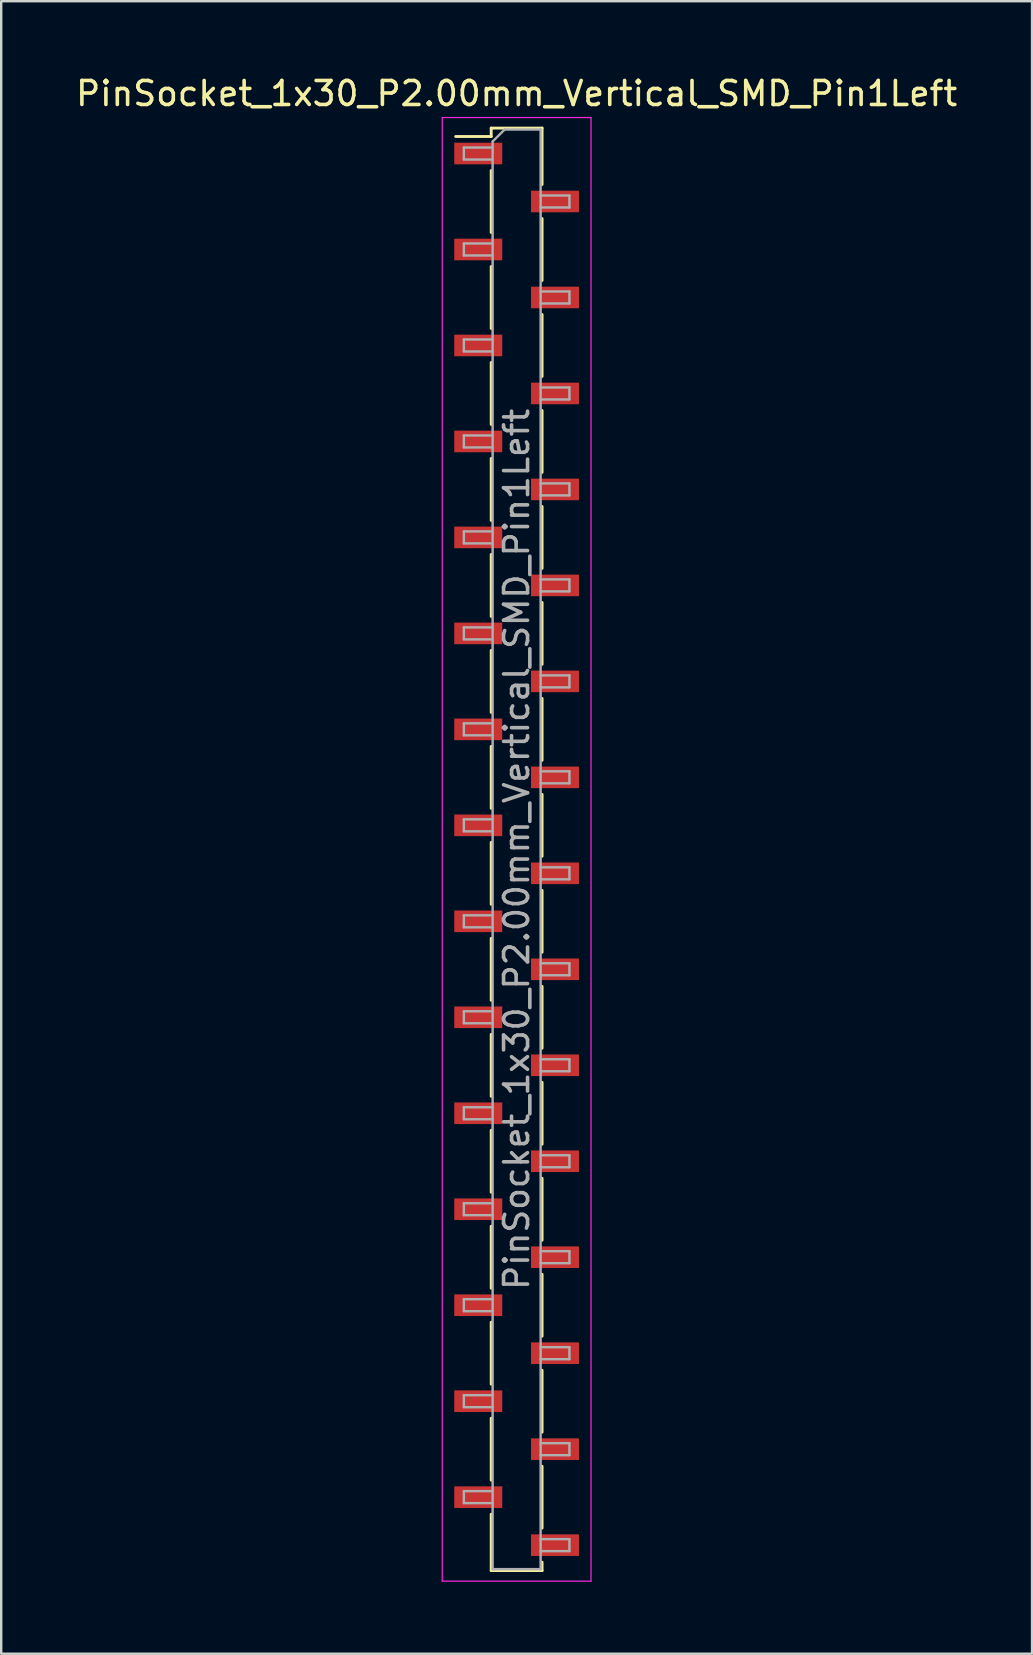
<source format=kicad_pcb>
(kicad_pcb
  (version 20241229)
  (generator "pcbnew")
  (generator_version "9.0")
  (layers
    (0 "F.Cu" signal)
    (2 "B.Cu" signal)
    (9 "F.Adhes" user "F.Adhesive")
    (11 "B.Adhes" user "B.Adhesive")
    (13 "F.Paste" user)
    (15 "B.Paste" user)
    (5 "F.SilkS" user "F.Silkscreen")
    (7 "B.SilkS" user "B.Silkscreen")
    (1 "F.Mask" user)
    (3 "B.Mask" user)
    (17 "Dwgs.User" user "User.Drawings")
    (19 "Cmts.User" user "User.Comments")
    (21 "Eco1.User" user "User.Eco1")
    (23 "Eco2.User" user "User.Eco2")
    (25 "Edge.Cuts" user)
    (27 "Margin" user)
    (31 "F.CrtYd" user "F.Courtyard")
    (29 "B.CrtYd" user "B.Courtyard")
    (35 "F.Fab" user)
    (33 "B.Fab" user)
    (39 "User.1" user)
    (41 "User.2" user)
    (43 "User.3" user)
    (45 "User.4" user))
  (footprint "PinSocket_1x30_P2.00mm_Vertical_SMD_Pin1Left"
    (layer "F.Cu")
    (at 18.482 32.348)
    (property "Reference" "PinSocket_1x30_P2.00mm_Vertical_SMD_Pin1Left" (at 0 -31.5 0) (layer "F.SilkS") (effects (font (size 1 1) (thickness 0.15))))
    (attr smd)
    (fp_line (start -2.54 -29.71) (end -1.06 -29.71) (stroke (width 0.12) (type solid)) (layer "F.SilkS"))
    (fp_line (start -1.06 -30.06) (end -1.06 -29.71) (stroke (width 0.12) (type solid)) (layer "F.SilkS"))
    (fp_line (start -1.06 -30.06) (end 1.06 -30.06) (stroke (width 0.12) (type solid)) (layer "F.SilkS"))
    (fp_line (start -1.06 -28.29) (end -1.06 -25.71) (stroke (width 0.12) (type solid)) (layer "F.SilkS"))
    (fp_line (start -1.06 -24.29) (end -1.06 -21.71) (stroke (width 0.12) (type solid)) (layer "F.SilkS"))
    (fp_line (start -1.06 -20.29) (end -1.06 -17.71) (stroke (width 0.12) (type solid)) (layer "F.SilkS"))
    (fp_line (start -1.06 -16.29) (end -1.06 -13.71) (stroke (width 0.12) (type solid)) (layer "F.SilkS"))
    (fp_line (start -1.06 -12.29) (end -1.06 -9.71) (stroke (width 0.12) (type solid)) (layer "F.SilkS"))
    (fp_line (start -1.06 -8.29) (end -1.06 -5.71) (stroke (width 0.12) (type solid)) (layer "F.SilkS"))
    (fp_line (start -1.06 -4.29) (end -1.06 -1.71) (stroke (width 0.12) (type solid)) (layer "F.SilkS"))
    (fp_line (start -1.06 -0.29) (end -1.06 2.29) (stroke (width 0.12) (type solid)) (layer "F.SilkS"))
    (fp_line (start -1.06 3.71) (end -1.06 6.29) (stroke (width 0.12) (type solid)) (layer "F.SilkS"))
    (fp_line (start -1.06 7.71) (end -1.06 10.29) (stroke (width 0.12) (type solid)) (layer "F.SilkS"))
    (fp_line (start -1.06 11.71) (end -1.06 14.29) (stroke (width 0.12) (type solid)) (layer "F.SilkS"))
    (fp_line (start -1.06 15.71) (end -1.06 18.29) (stroke (width 0.12) (type solid)) (layer "F.SilkS"))
    (fp_line (start -1.06 19.71) (end -1.06 22.29) (stroke (width 0.12) (type solid)) (layer "F.SilkS"))
    (fp_line (start -1.06 23.71) (end -1.06 26.29) (stroke (width 0.12) (type solid)) (layer "F.SilkS"))
    (fp_line (start -1.06 27.71) (end -1.06 30.06) (stroke (width 0.12) (type solid)) (layer "F.SilkS"))
    (fp_line (start -1.06 30.06) (end 1.06 30.06) (stroke (width 0.12) (type solid)) (layer "F.SilkS"))
    (fp_line (start 1.06 -30.06) (end 1.06 -27.71) (stroke (width 0.12) (type solid)) (layer "F.SilkS"))
    (fp_line (start 1.06 -26.29) (end 1.06 -23.71) (stroke (width 0.12) (type solid)) (layer "F.SilkS"))
    (fp_line (start 1.06 -22.29) (end 1.06 -19.71) (stroke (width 0.12) (type solid)) (layer "F.SilkS"))
    (fp_line (start 1.06 -18.29) (end 1.06 -15.71) (stroke (width 0.12) (type solid)) (layer "F.SilkS"))
    (fp_line (start 1.06 -14.29) (end 1.06 -11.71) (stroke (width 0.12) (type solid)) (layer "F.SilkS"))
    (fp_line (start 1.06 -10.29) (end 1.06 -7.71) (stroke (width 0.12) (type solid)) (layer "F.SilkS"))
    (fp_line (start 1.06 -6.29) (end 1.06 -3.71) (stroke (width 0.12) (type solid)) (layer "F.SilkS"))
    (fp_line (start 1.06 -2.29) (end 1.06 0.29) (stroke (width 0.12) (type solid)) (layer "F.SilkS"))
    (fp_line (start 1.06 1.71) (end 1.06 4.29) (stroke (width 0.12) (type solid)) (layer "F.SilkS"))
    (fp_line (start 1.06 5.71) (end 1.06 8.29) (stroke (width 0.12) (type solid)) (layer "F.SilkS"))
    (fp_line (start 1.06 9.71) (end 1.06 12.29) (stroke (width 0.12) (type solid)) (layer "F.SilkS"))
    (fp_line (start 1.06 13.71) (end 1.06 16.29) (stroke (width 0.12) (type solid)) (layer "F.SilkS"))
    (fp_line (start 1.06 17.71) (end 1.06 20.29) (stroke (width 0.12) (type solid)) (layer "F.SilkS"))
    (fp_line (start 1.06 21.71) (end 1.06 24.29) (stroke (width 0.12) (type solid)) (layer "F.SilkS"))
    (fp_line (start 1.06 25.71) (end 1.06 28.29) (stroke (width 0.12) (type solid)) (layer "F.SilkS"))
    (fp_line (start 1.06 29.71) (end 1.06 30.06) (stroke (width 0.12) (type solid)) (layer "F.SilkS"))
    (fp_line (start -3.1 -30.5) (end 3.1 -30.5) (stroke (width 0.05) (type solid)) (layer "F.CrtYd"))
    (fp_line (start -3.1 30.5) (end -3.1 -30.5) (stroke (width 0.05) (type solid)) (layer "F.CrtYd"))
    (fp_line (start 3.1 -30.5) (end 3.1 30.5) (stroke (width 0.05) (type solid)) (layer "F.CrtYd"))
    (fp_line (start 3.1 30.5) (end -3.1 30.5) (stroke (width 0.05) (type solid)) (layer "F.CrtYd"))
    (fp_line (start -2.2 -29.25) (end -1 -29.25) (stroke (width 0.1) (type solid)) (layer "F.Fab"))
    (fp_line (start -2.2 -28.75) (end -2.2 -29.25) (stroke (width 0.1) (type solid)) (layer "F.Fab"))
    (fp_line (start -2.2 -25.25) (end -1 -25.25) (stroke (width 0.1) (type solid)) (layer "F.Fab"))
    (fp_line (start -2.2 -24.75) (end -2.2 -25.25) (stroke (width 0.1) (type solid)) (layer "F.Fab"))
    (fp_line (start -2.2 -21.25) (end -1 -21.25) (stroke (width 0.1) (type solid)) (layer "F.Fab"))
    (fp_line (start -2.2 -20.75) (end -2.2 -21.25) (stroke (width 0.1) (type solid)) (layer "F.Fab"))
    (fp_line (start -2.2 -17.25) (end -1 -17.25) (stroke (width 0.1) (type solid)) (layer "F.Fab"))
    (fp_line (start -2.2 -16.75) (end -2.2 -17.25) (stroke (width 0.1) (type solid)) (layer "F.Fab"))
    (fp_line (start -2.2 -13.25) (end -1 -13.25) (stroke (width 0.1) (type solid)) (layer "F.Fab"))
    (fp_line (start -2.2 -12.75) (end -2.2 -13.25) (stroke (width 0.1) (type solid)) (layer "F.Fab"))
    (fp_line (start -2.2 -9.25) (end -1 -9.25) (stroke (width 0.1) (type solid)) (layer "F.Fab"))
    (fp_line (start -2.2 -8.75) (end -2.2 -9.25) (stroke (width 0.1) (type solid)) (layer "F.Fab"))
    (fp_line (start -2.2 -5.25) (end -1 -5.25) (stroke (width 0.1) (type solid)) (layer "F.Fab"))
    (fp_line (start -2.2 -4.75) (end -2.2 -5.25) (stroke (width 0.1) (type solid)) (layer "F.Fab"))
    (fp_line (start -2.2 -1.25) (end -1 -1.25) (stroke (width 0.1) (type solid)) (layer "F.Fab"))
    (fp_line (start -2.2 -0.75) (end -2.2 -1.25) (stroke (width 0.1) (type solid)) (layer "F.Fab"))
    (fp_line (start -2.2 2.75) (end -1 2.75) (stroke (width 0.1) (type solid)) (layer "F.Fab"))
    (fp_line (start -2.2 3.25) (end -2.2 2.75) (stroke (width 0.1) (type solid)) (layer "F.Fab"))
    (fp_line (start -2.2 6.75) (end -1 6.75) (stroke (width 0.1) (type solid)) (layer "F.Fab"))
    (fp_line (start -2.2 7.25) (end -2.2 6.75) (stroke (width 0.1) (type solid)) (layer "F.Fab"))
    (fp_line (start -2.2 10.75) (end -1 10.75) (stroke (width 0.1) (type solid)) (layer "F.Fab"))
    (fp_line (start -2.2 11.25) (end -2.2 10.75) (stroke (width 0.1) (type solid)) (layer "F.Fab"))
    (fp_line (start -2.2 14.75) (end -1 14.75) (stroke (width 0.1) (type solid)) (layer "F.Fab"))
    (fp_line (start -2.2 15.25) (end -2.2 14.75) (stroke (width 0.1) (type solid)) (layer "F.Fab"))
    (fp_line (start -2.2 18.75) (end -1 18.75) (stroke (width 0.1) (type solid)) (layer "F.Fab"))
    (fp_line (start -2.2 19.25) (end -2.2 18.75) (stroke (width 0.1) (type solid)) (layer "F.Fab"))
    (fp_line (start -2.2 22.75) (end -1 22.75) (stroke (width 0.1) (type solid)) (layer "F.Fab"))
    (fp_line (start -2.2 23.25) (end -2.2 22.75) (stroke (width 0.1) (type solid)) (layer "F.Fab"))
    (fp_line (start -2.2 26.75) (end -1 26.75) (stroke (width 0.1) (type solid)) (layer "F.Fab"))
    (fp_line (start -2.2 27.25) (end -2.2 26.75) (stroke (width 0.1) (type solid)) (layer "F.Fab"))
    (fp_line (start -1 -29.5) (end -0.5 -30) (stroke (width 0.1) (type solid)) (layer "F.Fab"))
    (fp_line (start -1 -28.75) (end -2.2 -28.75) (stroke (width 0.1) (type solid)) (layer "F.Fab"))
    (fp_line (start -1 -24.75) (end -2.2 -24.75) (stroke (width 0.1) (type solid)) (layer "F.Fab"))
    (fp_line (start -1 -20.75) (end -2.2 -20.75) (stroke (width 0.1) (type solid)) (layer "F.Fab"))
    (fp_line (start -1 -16.75) (end -2.2 -16.75) (stroke (width 0.1) (type solid)) (layer "F.Fab"))
    (fp_line (start -1 -12.75) (end -2.2 -12.75) (stroke (width 0.1) (type solid)) (layer "F.Fab"))
    (fp_line (start -1 -8.75) (end -2.2 -8.75) (stroke (width 0.1) (type solid)) (layer "F.Fab"))
    (fp_line (start -1 -4.75) (end -2.2 -4.75) (stroke (width 0.1) (type solid)) (layer "F.Fab"))
    (fp_line (start -1 -0.75) (end -2.2 -0.75) (stroke (width 0.1) (type solid)) (layer "F.Fab"))
    (fp_line (start -1 3.25) (end -2.2 3.25) (stroke (width 0.1) (type solid)) (layer "F.Fab"))
    (fp_line (start -1 7.25) (end -2.2 7.25) (stroke (width 0.1) (type solid)) (layer "F.Fab"))
    (fp_line (start -1 11.25) (end -2.2 11.25) (stroke (width 0.1) (type solid)) (layer "F.Fab"))
    (fp_line (start -1 15.25) (end -2.2 15.25) (stroke (width 0.1) (type solid)) (layer "F.Fab"))
    (fp_line (start -1 19.25) (end -2.2 19.25) (stroke (width 0.1) (type solid)) (layer "F.Fab"))
    (fp_line (start -1 23.25) (end -2.2 23.25) (stroke (width 0.1) (type solid)) (layer "F.Fab"))
    (fp_line (start -1 27.25) (end -2.2 27.25) (stroke (width 0.1) (type solid)) (layer "F.Fab"))
    (fp_line (start -1 30) (end -1 -29.5) (stroke (width 0.1) (type solid)) (layer "F.Fab"))
    (fp_line (start -0.5 -30) (end 1 -30) (stroke (width 0.1) (type solid)) (layer "F.Fab"))
    (fp_line (start 1 -30) (end 1 30) (stroke (width 0.1) (type solid)) (layer "F.Fab"))
    (fp_line (start 1 -27.25) (end 2.2 -27.25) (stroke (width 0.1) (type solid)) (layer "F.Fab"))
    (fp_line (start 1 -23.25) (end 2.2 -23.25) (stroke (width 0.1) (type solid)) (layer "F.Fab"))
    (fp_line (start 1 -19.25) (end 2.2 -19.25) (stroke (width 0.1) (type solid)) (layer "F.Fab"))
    (fp_line (start 1 -15.25) (end 2.2 -15.25) (stroke (width 0.1) (type solid)) (layer "F.Fab"))
    (fp_line (start 1 -11.25) (end 2.2 -11.25) (stroke (width 0.1) (type solid)) (layer "F.Fab"))
    (fp_line (start 1 -7.25) (end 2.2 -7.25) (stroke (width 0.1) (type solid)) (layer "F.Fab"))
    (fp_line (start 1 -3.25) (end 2.2 -3.25) (stroke (width 0.1) (type solid)) (layer "F.Fab"))
    (fp_line (start 1 0.75) (end 2.2 0.75) (stroke (width 0.1) (type solid)) (layer "F.Fab"))
    (fp_line (start 1 4.75) (end 2.2 4.75) (stroke (width 0.1) (type solid)) (layer "F.Fab"))
    (fp_line (start 1 8.75) (end 2.2 8.75) (stroke (width 0.1) (type solid)) (layer "F.Fab"))
    (fp_line (start 1 12.75) (end 2.2 12.75) (stroke (width 0.1) (type solid)) (layer "F.Fab"))
    (fp_line (start 1 16.75) (end 2.2 16.75) (stroke (width 0.1) (type solid)) (layer "F.Fab"))
    (fp_line (start 1 20.75) (end 2.2 20.75) (stroke (width 0.1) (type solid)) (layer "F.Fab"))
    (fp_line (start 1 24.75) (end 2.2 24.75) (stroke (width 0.1) (type solid)) (layer "F.Fab"))
    (fp_line (start 1 28.75) (end 2.2 28.75) (stroke (width 0.1) (type solid)) (layer "F.Fab"))
    (fp_line (start 1 30) (end -1 30) (stroke (width 0.1) (type solid)) (layer "F.Fab"))
    (fp_line (start 2.2 -27.25) (end 2.2 -26.75) (stroke (width 0.1) (type solid)) (layer "F.Fab"))
    (fp_line (start 2.2 -26.75) (end 1 -26.75) (stroke (width 0.1) (type solid)) (layer "F.Fab"))
    (fp_line (start 2.2 -23.25) (end 2.2 -22.75) (stroke (width 0.1) (type solid)) (layer "F.Fab"))
    (fp_line (start 2.2 -22.75) (end 1 -22.75) (stroke (width 0.1) (type solid)) (layer "F.Fab"))
    (fp_line (start 2.2 -19.25) (end 2.2 -18.75) (stroke (width 0.1) (type solid)) (layer "F.Fab"))
    (fp_line (start 2.2 -18.75) (end 1 -18.75) (stroke (width 0.1) (type solid)) (layer "F.Fab"))
    (fp_line (start 2.2 -15.25) (end 2.2 -14.75) (stroke (width 0.1) (type solid)) (layer "F.Fab"))
    (fp_line (start 2.2 -14.75) (end 1 -14.75) (stroke (width 0.1) (type solid)) (layer "F.Fab"))
    (fp_line (start 2.2 -11.25) (end 2.2 -10.75) (stroke (width 0.1) (type solid)) (layer "F.Fab"))
    (fp_line (start 2.2 -10.75) (end 1 -10.75) (stroke (width 0.1) (type solid)) (layer "F.Fab"))
    (fp_line (start 2.2 -7.25) (end 2.2 -6.75) (stroke (width 0.1) (type solid)) (layer "F.Fab"))
    (fp_line (start 2.2 -6.75) (end 1 -6.75) (stroke (width 0.1) (type solid)) (layer "F.Fab"))
    (fp_line (start 2.2 -3.25) (end 2.2 -2.75) (stroke (width 0.1) (type solid)) (layer "F.Fab"))
    (fp_line (start 2.2 -2.75) (end 1 -2.75) (stroke (width 0.1) (type solid)) (layer "F.Fab"))
    (fp_line (start 2.2 0.75) (end 2.2 1.25) (stroke (width 0.1) (type solid)) (layer "F.Fab"))
    (fp_line (start 2.2 1.25) (end 1 1.25) (stroke (width 0.1) (type solid)) (layer "F.Fab"))
    (fp_line (start 2.2 4.75) (end 2.2 5.25) (stroke (width 0.1) (type solid)) (layer "F.Fab"))
    (fp_line (start 2.2 5.25) (end 1 5.25) (stroke (width 0.1) (type solid)) (layer "F.Fab"))
    (fp_line (start 2.2 8.75) (end 2.2 9.25) (stroke (width 0.1) (type solid)) (layer "F.Fab"))
    (fp_line (start 2.2 9.25) (end 1 9.25) (stroke (width 0.1) (type solid)) (layer "F.Fab"))
    (fp_line (start 2.2 12.75) (end 2.2 13.25) (stroke (width 0.1) (type solid)) (layer "F.Fab"))
    (fp_line (start 2.2 13.25) (end 1 13.25) (stroke (width 0.1) (type solid)) (layer "F.Fab"))
    (fp_line (start 2.2 16.75) (end 2.2 17.25) (stroke (width 0.1) (type solid)) (layer "F.Fab"))
    (fp_line (start 2.2 17.25) (end 1 17.25) (stroke (width 0.1) (type solid)) (layer "F.Fab"))
    (fp_line (start 2.2 20.75) (end 2.2 21.25) (stroke (width 0.1) (type solid)) (layer "F.Fab"))
    (fp_line (start 2.2 21.25) (end 1 21.25) (stroke (width 0.1) (type solid)) (layer "F.Fab"))
    (fp_line (start 2.2 24.75) (end 2.2 25.25) (stroke (width 0.1) (type solid)) (layer "F.Fab"))
    (fp_line (start 2.2 25.25) (end 1 25.25) (stroke (width 0.1) (type solid)) (layer "F.Fab"))
    (fp_line (start 2.2 28.75) (end 2.2 29.25) (stroke (width 0.1) (type solid)) (layer "F.Fab"))
    (fp_line (start 2.2 29.25) (end 1 29.25) (stroke (width 0.1) (type solid)) (layer "F.Fab"))
    (fp_text user "${REFERENCE}" (at 0 0 90) (layer "F.Fab") (effects (font (size 1 1) (thickness 0.15))))
    (pad "1" smd rect (at -1.6 -29) (size 2 0.9) (layers "F.Cu" "F.Mask" "F.Paste"))
    (pad "2" smd rect (at 1.6 -27) (size 2 0.9) (layers "F.Cu" "F.Mask" "F.Paste"))
    (pad "3" smd rect (at -1.6 -25) (size 2 0.9) (layers "F.Cu" "F.Mask" "F.Paste"))
    (pad "4" smd rect (at 1.6 -23) (size 2 0.9) (layers "F.Cu" "F.Mask" "F.Paste"))
    (pad "5" smd rect (at -1.6 -21) (size 2 0.9) (layers "F.Cu" "F.Mask" "F.Paste"))
    (pad "6" smd rect (at 1.6 -19) (size 2 0.9) (layers "F.Cu" "F.Mask" "F.Paste"))
    (pad "7" smd rect (at -1.6 -17) (size 2 0.9) (layers "F.Cu" "F.Mask" "F.Paste"))
    (pad "8" smd rect (at 1.6 -15) (size 2 0.9) (layers "F.Cu" "F.Mask" "F.Paste"))
    (pad "9" smd rect (at -1.6 -13) (size 2 0.9) (layers "F.Cu" "F.Mask" "F.Paste"))
    (pad "10" smd rect (at 1.6 -11) (size 2 0.9) (layers "F.Cu" "F.Mask" "F.Paste"))
    (pad "11" smd rect (at -1.6 -9) (size 2 0.9) (layers "F.Cu" "F.Mask" "F.Paste"))
    (pad "12" smd rect (at 1.6 -7) (size 2 0.9) (layers "F.Cu" "F.Mask" "F.Paste"))
    (pad "13" smd rect (at -1.6 -5) (size 2 0.9) (layers "F.Cu" "F.Mask" "F.Paste"))
    (pad "14" smd rect (at 1.6 -3) (size 2 0.9) (layers "F.Cu" "F.Mask" "F.Paste"))
    (pad "15" smd rect (at -1.6 -1) (size 2 0.9) (layers "F.Cu" "F.Mask" "F.Paste"))
    (pad "16" smd rect (at 1.6 1) (size 2 0.9) (layers "F.Cu" "F.Mask" "F.Paste"))
    (pad "17" smd rect (at -1.6 3) (size 2 0.9) (layers "F.Cu" "F.Mask" "F.Paste"))
    (pad "18" smd rect (at 1.6 5) (size 2 0.9) (layers "F.Cu" "F.Mask" "F.Paste"))
    (pad "19" smd rect (at -1.6 7) (size 2 0.9) (layers "F.Cu" "F.Mask" "F.Paste"))
    (pad "20" smd rect (at 1.6 9) (size 2 0.9) (layers "F.Cu" "F.Mask" "F.Paste"))
    (pad "21" smd rect (at -1.6 11) (size 2 0.9) (layers "F.Cu" "F.Mask" "F.Paste"))
    (pad "22" smd rect (at 1.6 13) (size 2 0.9) (layers "F.Cu" "F.Mask" "F.Paste"))
    (pad "23" smd rect (at -1.6 15) (size 2 0.9) (layers "F.Cu" "F.Mask" "F.Paste"))
    (pad "24" smd rect (at 1.6 17) (size 2 0.9) (layers "F.Cu" "F.Mask" "F.Paste"))
    (pad "25" smd rect (at -1.6 19) (size 2 0.9) (layers "F.Cu" "F.Mask" "F.Paste"))
    (pad "26" smd rect (at 1.6 21) (size 2 0.9) (layers "F.Cu" "F.Mask" "F.Paste"))
    (pad "27" smd rect (at -1.6 23) (size 2 0.9) (layers "F.Cu" "F.Mask" "F.Paste"))
    (pad "28" smd rect (at 1.6 25) (size 2 0.9) (layers "F.Cu" "F.Mask" "F.Paste"))
    (pad "29" smd rect (at -1.6 27) (size 2 0.9) (layers "F.Cu" "F.Mask" "F.Paste"))
    (pad "30" smd rect (at 1.6 29) (size 2 0.9) (layers "F.Cu" "F.Mask" "F.Paste")))
  (gr_rect
    (start -3 -3)
    (end 39.964 65.873)
    (stroke (width 0.1) (type default))
    (fill no)
    (layer "Edge.Cuts")))
</source>
